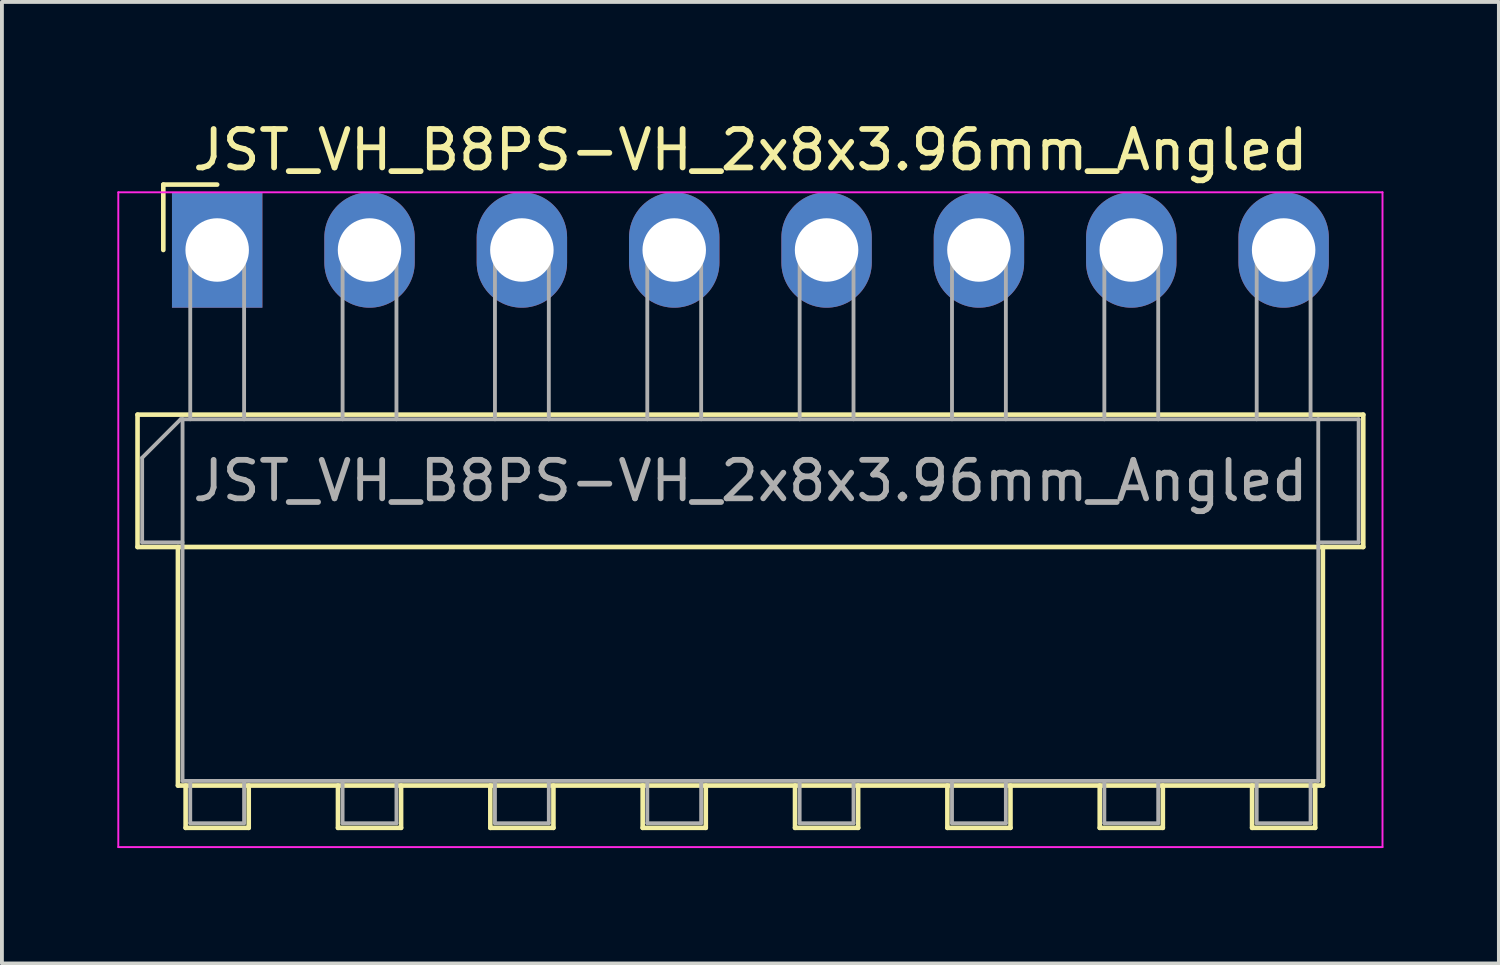
<source format=kicad_pcb>
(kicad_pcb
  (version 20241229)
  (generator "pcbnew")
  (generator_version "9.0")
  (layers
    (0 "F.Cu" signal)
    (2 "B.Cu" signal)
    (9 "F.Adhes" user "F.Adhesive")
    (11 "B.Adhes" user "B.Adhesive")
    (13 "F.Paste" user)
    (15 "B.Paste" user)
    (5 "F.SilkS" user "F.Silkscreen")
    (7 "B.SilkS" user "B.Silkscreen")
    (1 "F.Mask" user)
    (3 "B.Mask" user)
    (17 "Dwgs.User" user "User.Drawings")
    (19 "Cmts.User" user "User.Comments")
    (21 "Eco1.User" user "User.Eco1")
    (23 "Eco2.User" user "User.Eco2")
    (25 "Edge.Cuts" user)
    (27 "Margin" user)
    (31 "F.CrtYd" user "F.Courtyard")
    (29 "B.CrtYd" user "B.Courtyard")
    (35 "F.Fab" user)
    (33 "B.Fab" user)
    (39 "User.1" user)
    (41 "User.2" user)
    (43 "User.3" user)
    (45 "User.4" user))
  (footprint "JST_VH_B8PS-VH_2x8x3.96mm_Angled"
    (layer "F.Cu")
    (at 2.595 3.448)
    (property "Reference" "JST_VH_B8PS-VH_2x8x3.96mm_Angled" (at 13.86 -2.6 0) (layer "F.SilkS") (effects (font (size 1 1) (thickness 0.15))))
    (attr through_hole)
    (fp_line (start -2.07 4.28) (end -2.07 7.72) (stroke (width 0.12) (type solid)) (layer "F.SilkS"))
    (fp_line (start -2.07 7.72) (end 29.79 7.72) (stroke (width 0.12) (type solid)) (layer "F.SilkS"))
    (fp_line (start -1.4 -1.7) (end -1.4 0) (stroke (width 0.12) (type solid)) (layer "F.SilkS"))
    (fp_line (start -1.02 7.72) (end -1.02 13.92) (stroke (width 0.12) (type solid)) (layer "F.SilkS"))
    (fp_line (start -1.02 13.92) (end 28.74 13.92) (stroke (width 0.12) (type solid)) (layer "F.SilkS"))
    (fp_line (start -0.82 13.92) (end -0.82 15.02) (stroke (width 0.12) (type solid)) (layer "F.SilkS"))
    (fp_line (start -0.82 15.02) (end 0.82 15.02) (stroke (width 0.12) (type solid)) (layer "F.SilkS"))
    (fp_line (start 0 -1.7) (end -1.4 -1.7) (stroke (width 0.12) (type solid)) (layer "F.SilkS"))
    (fp_line (start 0.82 15.02) (end 0.82 13.92) (stroke (width 0.12) (type solid)) (layer "F.SilkS"))
    (fp_line (start 3.14 13.92) (end 3.14 15.02) (stroke (width 0.12) (type solid)) (layer "F.SilkS"))
    (fp_line (start 3.14 15.02) (end 4.78 15.02) (stroke (width 0.12) (type solid)) (layer "F.SilkS"))
    (fp_line (start 4.78 15.02) (end 4.78 13.92) (stroke (width 0.12) (type solid)) (layer "F.SilkS"))
    (fp_line (start 7.1 13.92) (end 7.1 15.02) (stroke (width 0.12) (type solid)) (layer "F.SilkS"))
    (fp_line (start 7.1 15.02) (end 8.74 15.02) (stroke (width 0.12) (type solid)) (layer "F.SilkS"))
    (fp_line (start 8.74 15.02) (end 8.74 13.92) (stroke (width 0.12) (type solid)) (layer "F.SilkS"))
    (fp_line (start 11.06 13.92) (end 11.06 15.02) (stroke (width 0.12) (type solid)) (layer "F.SilkS"))
    (fp_line (start 11.06 15.02) (end 12.7 15.02) (stroke (width 0.12) (type solid)) (layer "F.SilkS"))
    (fp_line (start 12.7 15.02) (end 12.7 13.92) (stroke (width 0.12) (type solid)) (layer "F.SilkS"))
    (fp_line (start 15.02 13.92) (end 15.02 15.02) (stroke (width 0.12) (type solid)) (layer "F.SilkS"))
    (fp_line (start 15.02 15.02) (end 16.66 15.02) (stroke (width 0.12) (type solid)) (layer "F.SilkS"))
    (fp_line (start 16.66 15.02) (end 16.66 13.92) (stroke (width 0.12) (type solid)) (layer "F.SilkS"))
    (fp_line (start 18.98 13.92) (end 18.98 15.02) (stroke (width 0.12) (type solid)) (layer "F.SilkS"))
    (fp_line (start 18.98 15.02) (end 20.62 15.02) (stroke (width 0.12) (type solid)) (layer "F.SilkS"))
    (fp_line (start 20.62 15.02) (end 20.62 13.92) (stroke (width 0.12) (type solid)) (layer "F.SilkS"))
    (fp_line (start 22.94 13.92) (end 22.94 15.02) (stroke (width 0.12) (type solid)) (layer "F.SilkS"))
    (fp_line (start 22.94 15.02) (end 24.58 15.02) (stroke (width 0.12) (type solid)) (layer "F.SilkS"))
    (fp_line (start 24.58 15.02) (end 24.58 13.92) (stroke (width 0.12) (type solid)) (layer "F.SilkS"))
    (fp_line (start 26.9 13.92) (end 26.9 15.02) (stroke (width 0.12) (type solid)) (layer "F.SilkS"))
    (fp_line (start 26.9 15.02) (end 28.54 15.02) (stroke (width 0.12) (type solid)) (layer "F.SilkS"))
    (fp_line (start 28.54 15.02) (end 28.54 13.92) (stroke (width 0.12) (type solid)) (layer "F.SilkS"))
    (fp_line (start 28.74 13.92) (end 28.74 7.72) (stroke (width 0.12) (type solid)) (layer "F.SilkS"))
    (fp_line (start 29.79 4.28) (end -2.07 4.28) (stroke (width 0.12) (type solid)) (layer "F.SilkS"))
    (fp_line (start 29.79 7.72) (end 29.79 4.28) (stroke (width 0.12) (type solid)) (layer "F.SilkS"))
    (fp_line (start -2.57 -1.5) (end -2.57 15.52) (stroke (width 0.05) (type solid)) (layer "F.CrtYd"))
    (fp_line (start -2.57 15.52) (end 30.29 15.52) (stroke (width 0.05) (type solid)) (layer "F.CrtYd"))
    (fp_line (start 30.29 -1.5) (end -2.57 -1.5) (stroke (width 0.05) (type solid)) (layer "F.CrtYd"))
    (fp_line (start 30.29 15.52) (end 30.29 -1.5) (stroke (width 0.05) (type solid)) (layer "F.CrtYd"))
    (fp_line (start -1.95 5.4) (end -0.95 4.4) (stroke (width 0.1) (type solid)) (layer "F.Fab"))
    (fp_line (start -1.95 7.6) (end -1.95 5.4) (stroke (width 0.1) (type solid)) (layer "F.Fab"))
    (fp_line (start -0.95 4.4) (end -0.9 4.4) (stroke (width 0.1) (type solid)) (layer "F.Fab"))
    (fp_line (start -0.9 4.4) (end -0.9 13.8) (stroke (width 0.1) (type solid)) (layer "F.Fab"))
    (fp_line (start -0.9 7.6) (end -1.95 7.6) (stroke (width 0.1) (type solid)) (layer "F.Fab"))
    (fp_line (start -0.9 13.8) (end 28.62 13.8) (stroke (width 0.1) (type solid)) (layer "F.Fab"))
    (fp_line (start -0.7 0) (end 0.7 0) (stroke (width 0.1) (type solid)) (layer "F.Fab"))
    (fp_line (start -0.7 4.4) (end -0.7 0) (stroke (width 0.1) (type solid)) (layer "F.Fab"))
    (fp_line (start -0.7 13.8) (end -0.7 14.9) (stroke (width 0.1) (type solid)) (layer "F.Fab"))
    (fp_line (start -0.7 14.9) (end 0.7 14.9) (stroke (width 0.1) (type solid)) (layer "F.Fab"))
    (fp_line (start 0.7 0) (end 0.7 4.4) (stroke (width 0.1) (type solid)) (layer "F.Fab"))
    (fp_line (start 0.7 14.9) (end 0.7 13.8) (stroke (width 0.1) (type solid)) (layer "F.Fab"))
    (fp_line (start 3.26 0) (end 4.66 0) (stroke (width 0.1) (type solid)) (layer "F.Fab"))
    (fp_line (start 3.26 4.4) (end 3.26 0) (stroke (width 0.1) (type solid)) (layer "F.Fab"))
    (fp_line (start 3.26 13.8) (end 3.26 14.9) (stroke (width 0.1) (type solid)) (layer "F.Fab"))
    (fp_line (start 3.26 14.9) (end 4.66 14.9) (stroke (width 0.1) (type solid)) (layer "F.Fab"))
    (fp_line (start 4.66 0) (end 4.66 4.4) (stroke (width 0.1) (type solid)) (layer "F.Fab"))
    (fp_line (start 4.66 14.9) (end 4.66 13.8) (stroke (width 0.1) (type solid)) (layer "F.Fab"))
    (fp_line (start 7.22 0) (end 8.62 0) (stroke (width 0.1) (type solid)) (layer "F.Fab"))
    (fp_line (start 7.22 4.4) (end 7.22 0) (stroke (width 0.1) (type solid)) (layer "F.Fab"))
    (fp_line (start 7.22 13.8) (end 7.22 14.9) (stroke (width 0.1) (type solid)) (layer "F.Fab"))
    (fp_line (start 7.22 14.9) (end 8.62 14.9) (stroke (width 0.1) (type solid)) (layer "F.Fab"))
    (fp_line (start 8.62 0) (end 8.62 4.4) (stroke (width 0.1) (type solid)) (layer "F.Fab"))
    (fp_line (start 8.62 14.9) (end 8.62 13.8) (stroke (width 0.1) (type solid)) (layer "F.Fab"))
    (fp_line (start 11.18 0) (end 12.58 0) (stroke (width 0.1) (type solid)) (layer "F.Fab"))
    (fp_line (start 11.18 4.4) (end 11.18 0) (stroke (width 0.1) (type solid)) (layer "F.Fab"))
    (fp_line (start 11.18 13.8) (end 11.18 14.9) (stroke (width 0.1) (type solid)) (layer "F.Fab"))
    (fp_line (start 11.18 14.9) (end 12.58 14.9) (stroke (width 0.1) (type solid)) (layer "F.Fab"))
    (fp_line (start 12.58 0) (end 12.58 4.4) (stroke (width 0.1) (type solid)) (layer "F.Fab"))
    (fp_line (start 12.58 14.9) (end 12.58 13.8) (stroke (width 0.1) (type solid)) (layer "F.Fab"))
    (fp_line (start 15.14 0) (end 16.54 0) (stroke (width 0.1) (type solid)) (layer "F.Fab"))
    (fp_line (start 15.14 4.4) (end 15.14 0) (stroke (width 0.1) (type solid)) (layer "F.Fab"))
    (fp_line (start 15.14 13.8) (end 15.14 14.9) (stroke (width 0.1) (type solid)) (layer "F.Fab"))
    (fp_line (start 15.14 14.9) (end 16.54 14.9) (stroke (width 0.1) (type solid)) (layer "F.Fab"))
    (fp_line (start 16.54 0) (end 16.54 4.4) (stroke (width 0.1) (type solid)) (layer "F.Fab"))
    (fp_line (start 16.54 14.9) (end 16.54 13.8) (stroke (width 0.1) (type solid)) (layer "F.Fab"))
    (fp_line (start 19.1 0) (end 20.5 0) (stroke (width 0.1) (type solid)) (layer "F.Fab"))
    (fp_line (start 19.1 4.4) (end 19.1 0) (stroke (width 0.1) (type solid)) (layer "F.Fab"))
    (fp_line (start 19.1 13.8) (end 19.1 14.9) (stroke (width 0.1) (type solid)) (layer "F.Fab"))
    (fp_line (start 19.1 14.9) (end 20.5 14.9) (stroke (width 0.1) (type solid)) (layer "F.Fab"))
    (fp_line (start 20.5 0) (end 20.5 4.4) (stroke (width 0.1) (type solid)) (layer "F.Fab"))
    (fp_line (start 20.5 14.9) (end 20.5 13.8) (stroke (width 0.1) (type solid)) (layer "F.Fab"))
    (fp_line (start 23.06 0) (end 24.46 0) (stroke (width 0.1) (type solid)) (layer "F.Fab"))
    (fp_line (start 23.06 4.4) (end 23.06 0) (stroke (width 0.1) (type solid)) (layer "F.Fab"))
    (fp_line (start 23.06 13.8) (end 23.06 14.9) (stroke (width 0.1) (type solid)) (layer "F.Fab"))
    (fp_line (start 23.06 14.9) (end 24.46 14.9) (stroke (width 0.1) (type solid)) (layer "F.Fab"))
    (fp_line (start 24.46 0) (end 24.46 4.4) (stroke (width 0.1) (type solid)) (layer "F.Fab"))
    (fp_line (start 24.46 14.9) (end 24.46 13.8) (stroke (width 0.1) (type solid)) (layer "F.Fab"))
    (fp_line (start 27.02 0) (end 28.42 0) (stroke (width 0.1) (type solid)) (layer "F.Fab"))
    (fp_line (start 27.02 4.4) (end 27.02 0) (stroke (width 0.1) (type solid)) (layer "F.Fab"))
    (fp_line (start 27.02 13.8) (end 27.02 14.9) (stroke (width 0.1) (type solid)) (layer "F.Fab"))
    (fp_line (start 27.02 14.9) (end 28.42 14.9) (stroke (width 0.1) (type solid)) (layer "F.Fab"))
    (fp_line (start 28.42 0) (end 28.42 4.4) (stroke (width 0.1) (type solid)) (layer "F.Fab"))
    (fp_line (start 28.42 14.9) (end 28.42 13.8) (stroke (width 0.1) (type solid)) (layer "F.Fab"))
    (fp_line (start 28.62 4.4) (end -0.9 4.4) (stroke (width 0.1) (type solid)) (layer "F.Fab"))
    (fp_line (start 28.62 4.4) (end 29.67 4.4) (stroke (width 0.1) (type solid)) (layer "F.Fab"))
    (fp_line (start 28.62 13.8) (end 28.62 4.4) (stroke (width 0.1) (type solid)) (layer "F.Fab"))
    (fp_line (start 29.67 4.4) (end 29.67 7.6) (stroke (width 0.1) (type solid)) (layer "F.Fab"))
    (fp_line (start 29.67 7.6) (end 28.62 7.6) (stroke (width 0.1) (type solid)) (layer "F.Fab"))
    (fp_text user "${REFERENCE}" (at 13.86 6 0) (layer "F.Fab") (effects (font (size 1 1) (thickness 0.15))))
    (pad "1" thru_hole rect (at 0 0) (size 2.35 3) (drill 1.65) (layers "*.Cu" "*.Mask"))
    (pad "2" thru_hole oval (at 3.96 0) (size 2.35 3) (drill 1.65) (layers "*.Cu" "*.Mask"))
    (pad "3" thru_hole oval (at 7.92 0) (size 2.35 3) (drill 1.65) (layers "*.Cu" "*.Mask"))
    (pad "4" thru_hole oval (at 11.88 0) (size 2.35 3) (drill 1.65) (layers "*.Cu" "*.Mask"))
    (pad "5" thru_hole oval (at 15.84 0) (size 2.35 3) (drill 1.65) (layers "*.Cu" "*.Mask"))
    (pad "6" thru_hole oval (at 19.8 0) (size 2.35 3) (drill 1.65) (layers "*.Cu" "*.Mask"))
    (pad "7" thru_hole oval (at 23.76 0) (size 2.35 3) (drill 1.65) (layers "*.Cu" "*.Mask"))
    (pad "8" thru_hole oval (at 27.72 0) (size 2.35 3) (drill 1.65) (layers "*.Cu" "*.Mask")))
  (gr_rect
    (start -3 -3)
    (end 35.91 21.993)
    (stroke (width 0.1) (type default))
    (fill no)
    (layer "Edge.Cuts")))
</source>
